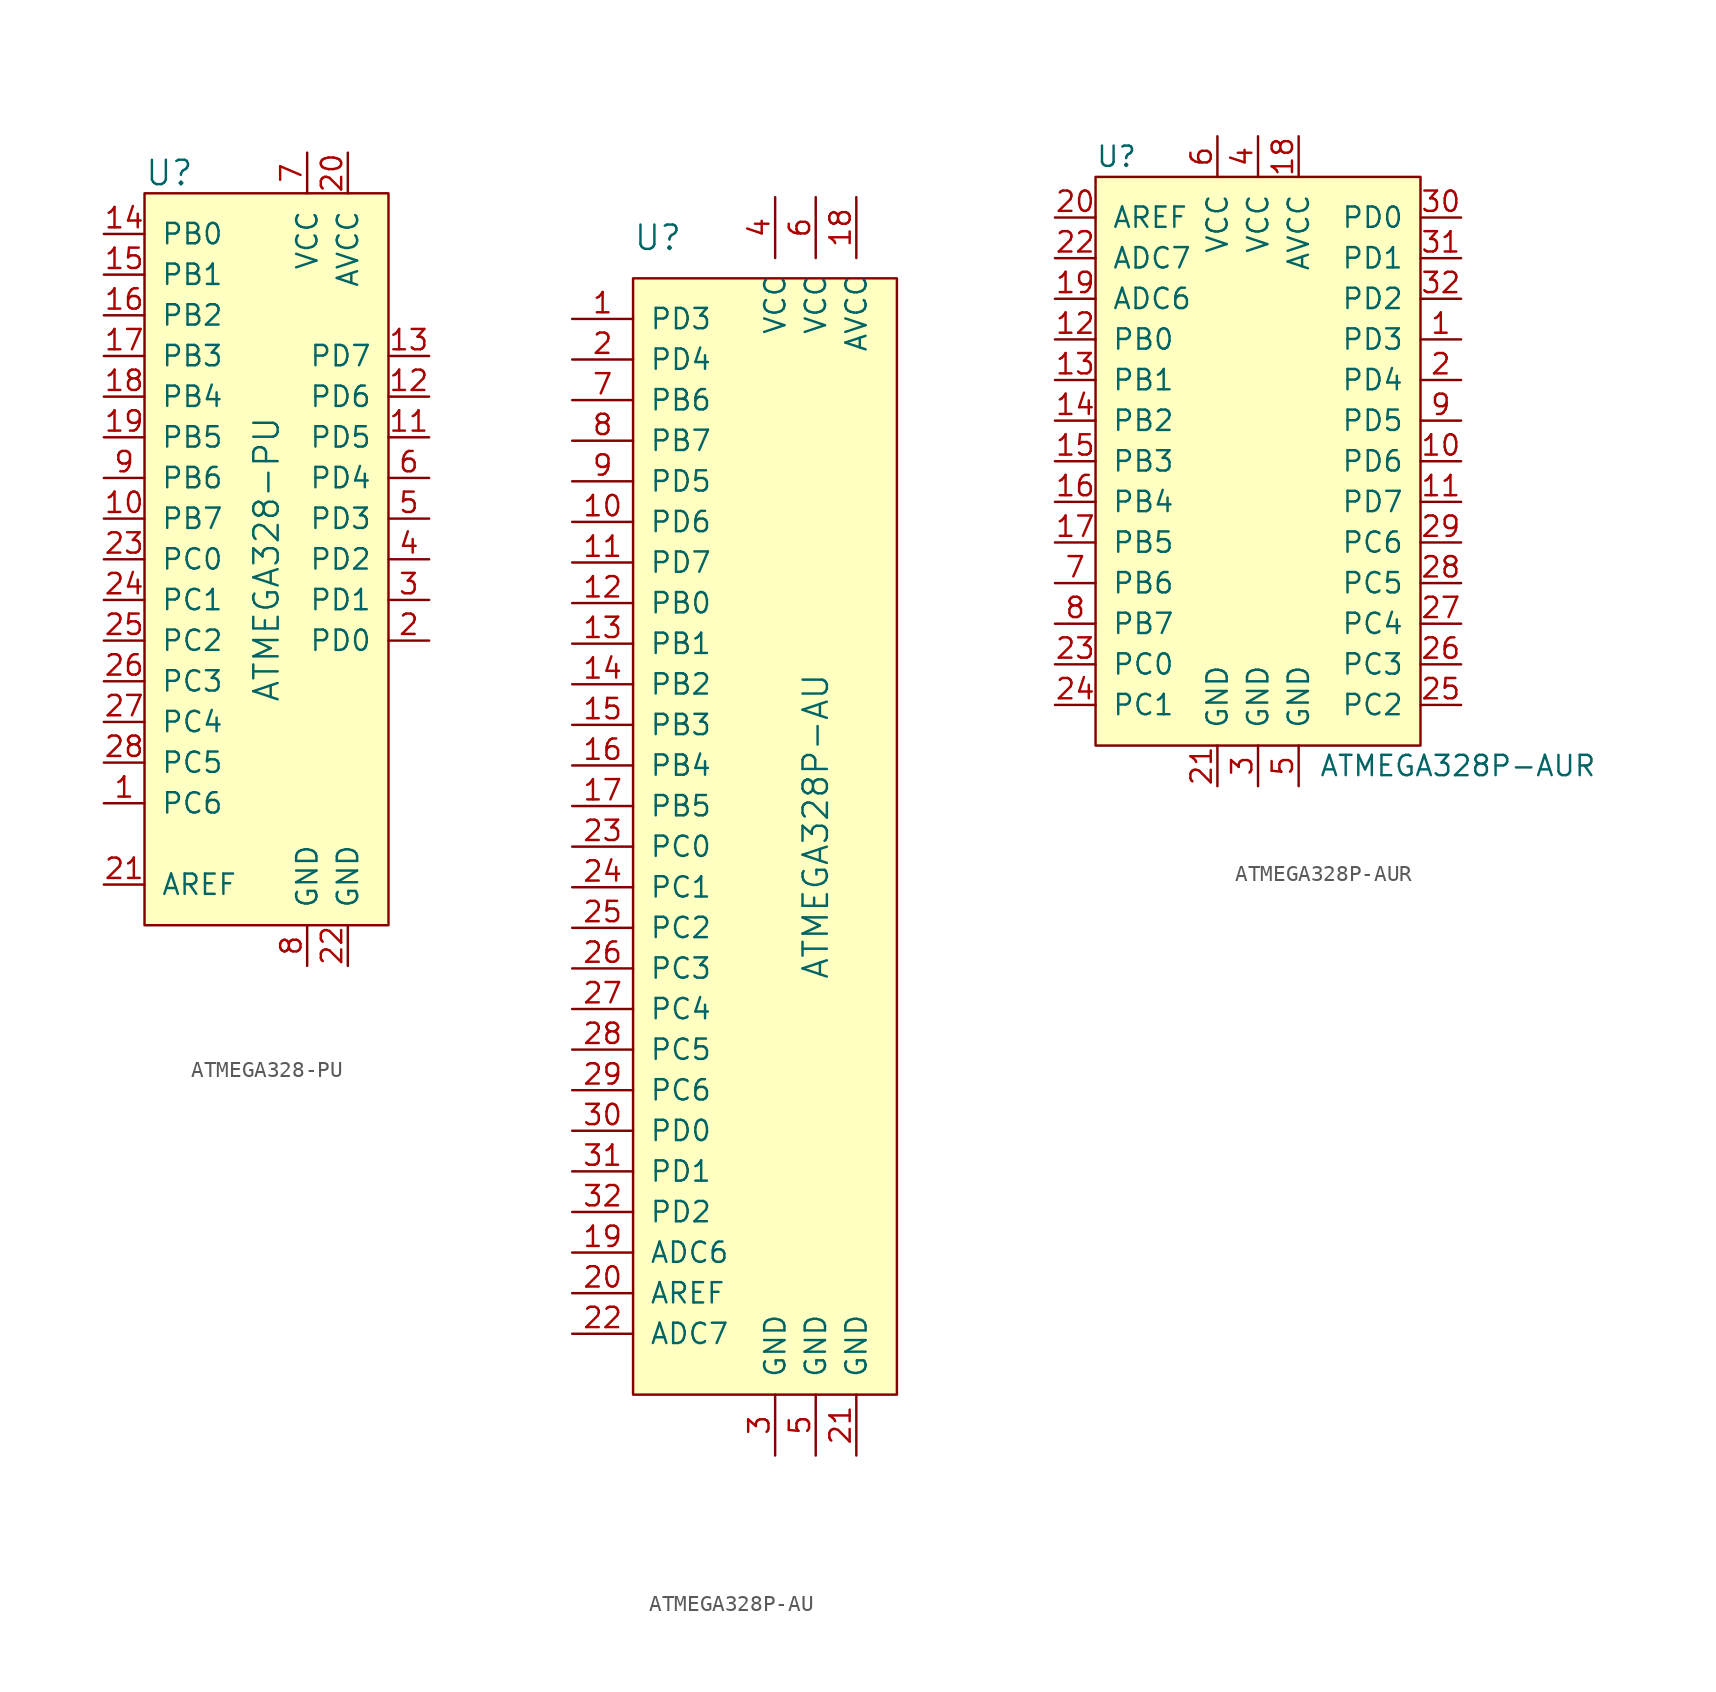
<source format=kicad_sym>
(kicad_symbol_lib
  (version 20211014)
  (generator kicad_symbol_editor)
  (symbol "ATMEGA328-PU"
    (pin_names
      (offset 1.016))
    (property "Reference" "U"
      (at -10.16 29.21 0)
      (effects (font (size 1.524 1.524)) (justify left)))
    (property "Value" "ATMEGA328-PU"
      (at -2.54 5.08 90)
      (effects (font (size 1.524 1.524))))
    (symbol "ATMEGA328-PU_0_1"
      (rectangle (start -10.16 27.94) (end 5.08 -17.78) (stroke (width 0) (type default) (color 0 0 0 0)) (fill (type background))))
    (symbol "ATMEGA328-PU_1_1"
      (pin bidirectional line (at -12.7 -10.16 0) (length 2.54) (name "PC6" (effects (font (size 1.27 1.27)))) (number "1" (effects (font (size 1.27 1.27)))))
      (pin bidirectional line (at -12.7 7.62 0) (length 2.54) (name "PB7" (effects (font (size 1.27 1.27)))) (number "10" (effects (font (size 1.27 1.27)))))
      (pin bidirectional line (at 7.62 12.7 180) (length 2.54) (name "PD5" (effects (font (size 1.27 1.27)))) (number "11" (effects (font (size 1.27 1.27)))))
      (pin bidirectional line (at 7.62 15.24 180) (length 2.54) (name "PD6" (effects (font (size 1.27 1.27)))) (number "12" (effects (font (size 1.27 1.27)))))
      (pin bidirectional line (at 7.62 17.78 180) (length 2.54) (name "PD7" (effects (font (size 1.27 1.27)))) (number "13" (effects (font (size 1.27 1.27)))))
      (pin bidirectional line (at -12.7 25.4 0) (length 2.54) (name "PB0" (effects (font (size 1.27 1.27)))) (number "14" (effects (font (size 1.27 1.27)))))
      (pin bidirectional line (at -12.7 22.86 0) (length 2.54) (name "PB1" (effects (font (size 1.27 1.27)))) (number "15" (effects (font (size 1.27 1.27)))))
      (pin bidirectional line (at -12.7 20.32 0) (length 2.54) (name "PB2" (effects (font (size 1.27 1.27)))) (number "16" (effects (font (size 1.27 1.27)))))
      (pin bidirectional line (at -12.7 17.78 0) (length 2.54) (name "PB3" (effects (font (size 1.27 1.27)))) (number "17" (effects (font (size 1.27 1.27)))))
      (pin bidirectional line (at -12.7 15.24 0) (length 2.54) (name "PB4" (effects (font (size 1.27 1.27)))) (number "18" (effects (font (size 1.27 1.27)))))
      (pin bidirectional line (at -12.7 12.7 0) (length 2.54) (name "PB5" (effects (font (size 1.27 1.27)))) (number "19" (effects (font (size 1.27 1.27)))))
      (pin bidirectional line (at 7.62 0 180) (length 2.54) (name "PD0" (effects (font (size 1.27 1.27)))) (number "2" (effects (font (size 1.27 1.27)))))
      (pin power_in line (at 2.54 30.48 270) (length 2.54) (name "AVCC" (effects (font (size 1.27 1.27)))) (number "20" (effects (font (size 1.27 1.27)))))
      (pin input line (at -12.7 -15.24 0) (length 2.54) (name "AREF" (effects (font (size 1.27 1.27)))) (number "21" (effects (font (size 1.27 1.27)))))
      (pin power_in line (at 2.54 -20.32 90) (length 2.54) (name "GND" (effects (font (size 1.27 1.27)))) (number "22" (effects (font (size 1.27 1.27)))))
      (pin bidirectional line (at -12.7 5.08 0) (length 2.54) (name "PC0" (effects (font (size 1.27 1.27)))) (number "23" (effects (font (size 1.27 1.27)))))
      (pin bidirectional line (at -12.7 2.54 0) (length 2.54) (name "PC1" (effects (font (size 1.27 1.27)))) (number "24" (effects (font (size 1.27 1.27)))))
      (pin bidirectional line (at -12.7 0 0) (length 2.54) (name "PC2" (effects (font (size 1.27 1.27)))) (number "25" (effects (font (size 1.27 1.27)))))
      (pin bidirectional line (at -12.7 -2.54 0) (length 2.54) (name "PC3" (effects (font (size 1.27 1.27)))) (number "26" (effects (font (size 1.27 1.27)))))
      (pin bidirectional line (at -12.7 -5.08 0) (length 2.54) (name "PC4" (effects (font (size 1.27 1.27)))) (number "27" (effects (font (size 1.27 1.27)))))
      (pin bidirectional line (at -12.7 -7.62 0) (length 2.54) (name "PC5" (effects (font (size 1.27 1.27)))) (number "28" (effects (font (size 1.27 1.27)))))
      (pin bidirectional line (at 7.62 2.54 180) (length 2.54) (name "PD1" (effects (font (size 1.27 1.27)))) (number "3" (effects (font (size 1.27 1.27)))))
      (pin bidirectional line (at 7.62 5.08 180) (length 2.54) (name "PD2" (effects (font (size 1.27 1.27)))) (number "4" (effects (font (size 1.27 1.27)))))
      (pin bidirectional line (at 7.62 7.62 180) (length 2.54) (name "PD3" (effects (font (size 1.27 1.27)))) (number "5" (effects (font (size 1.27 1.27)))))
      (pin bidirectional line (at 7.62 10.16 180) (length 2.54) (name "PD4" (effects (font (size 1.27 1.27)))) (number "6" (effects (font (size 1.27 1.27)))))
      (pin power_in line (at 0 30.48 270) (length 2.54) (name "VCC" (effects (font (size 1.27 1.27)))) (number "7" (effects (font (size 1.27 1.27)))))
      (pin power_in line (at 0 -20.32 90) (length 2.54) (name "GND" (effects (font (size 1.27 1.27)))) (number "8" (effects (font (size 1.27 1.27)))))
      (pin bidirectional line (at -12.7 10.16 0) (length 2.54) (name "PB6" (effects (font (size 1.27 1.27)))) (number "9" (effects (font (size 1.27 1.27)))))))
  (symbol "ATMEGA328P-AU"
    (pin_names
      (offset 1.016))
    (property "Reference" "U"
      (at -8.89 38.1 0)
      (effects (font (size 1.524 1.524)) (justify left)))
    (property "Value" "ATMEGA328P-AU"
      (at 2.54 1.27 90)
      (effects (font (size 1.524 1.524))))
    (symbol "ATMEGA328P-AU_0_1"
      (rectangle (start -8.89 35.56) (end 7.62 -34.29) (stroke (width 0) (type default) (color 0 0 0 0)) (fill (type background))))
    (symbol "ATMEGA328P-AU_1_1"
      (pin bidirectional line (at -12.7 33.02 0) (length 3.81) (name "PD3" (effects (font (size 1.27 1.27)))) (number "1" (effects (font (size 1.27 1.27)))))
      (pin bidirectional line (at -12.7 20.32 0) (length 3.81) (name "PD6" (effects (font (size 1.27 1.27)))) (number "10" (effects (font (size 1.27 1.27)))))
      (pin bidirectional line (at -12.7 17.78 0) (length 3.81) (name "PD7" (effects (font (size 1.27 1.27)))) (number "11" (effects (font (size 1.27 1.27)))))
      (pin bidirectional line (at -12.7 15.24 0) (length 3.81) (name "PB0" (effects (font (size 1.27 1.27)))) (number "12" (effects (font (size 1.27 1.27)))))
      (pin bidirectional line (at -12.7 12.7 0) (length 3.81) (name "PB1" (effects (font (size 1.27 1.27)))) (number "13" (effects (font (size 1.27 1.27)))))
      (pin bidirectional line (at -12.7 10.16 0) (length 3.81) (name "PB2" (effects (font (size 1.27 1.27)))) (number "14" (effects (font (size 1.27 1.27)))))
      (pin bidirectional line (at -12.7 7.62 0) (length 3.81) (name "PB3" (effects (font (size 1.27 1.27)))) (number "15" (effects (font (size 1.27 1.27)))))
      (pin bidirectional line (at -12.7 5.08 0) (length 3.81) (name "PB4" (effects (font (size 1.27 1.27)))) (number "16" (effects (font (size 1.27 1.27)))))
      (pin bidirectional line (at -12.7 2.54 0) (length 3.81) (name "PB5" (effects (font (size 1.27 1.27)))) (number "17" (effects (font (size 1.27 1.27)))))
      (pin power_in line (at 5.08 40.64 270) (length 3.81) (name "AVCC" (effects (font (size 1.27 1.27)))) (number "18" (effects (font (size 1.27 1.27)))))
      (pin input line (at -12.7 -25.4 0) (length 3.81) (name "ADC6" (effects (font (size 1.27 1.27)))) (number "19" (effects (font (size 1.27 1.27)))))
      (pin bidirectional line (at -12.7 30.48 0) (length 3.81) (name "PD4" (effects (font (size 1.27 1.27)))) (number "2" (effects (font (size 1.27 1.27)))))
      (pin input line (at -12.7 -27.94 0) (length 3.81) (name "AREF" (effects (font (size 1.27 1.27)))) (number "20" (effects (font (size 1.27 1.27)))))
      (pin power_in line (at 5.08 -38.1 90) (length 3.81) (name "GND" (effects (font (size 1.27 1.27)))) (number "21" (effects (font (size 1.27 1.27)))))
      (pin input line (at -12.7 -30.48 0) (length 3.81) (name "ADC7" (effects (font (size 1.27 1.27)))) (number "22" (effects (font (size 1.27 1.27)))))
      (pin bidirectional line (at -12.7 0 0) (length 3.81) (name "PC0" (effects (font (size 1.27 1.27)))) (number "23" (effects (font (size 1.27 1.27)))))
      (pin bidirectional line (at -12.7 -2.54 0) (length 3.81) (name "PC1" (effects (font (size 1.27 1.27)))) (number "24" (effects (font (size 1.27 1.27)))))
      (pin bidirectional line (at -12.7 -5.08 0) (length 3.81) (name "PC2" (effects (font (size 1.27 1.27)))) (number "25" (effects (font (size 1.27 1.27)))))
      (pin bidirectional line (at -12.7 -7.62 0) (length 3.81) (name "PC3" (effects (font (size 1.27 1.27)))) (number "26" (effects (font (size 1.27 1.27)))))
      (pin bidirectional line (at -12.7 -10.16 0) (length 3.81) (name "PC4" (effects (font (size 1.27 1.27)))) (number "27" (effects (font (size 1.27 1.27)))))
      (pin bidirectional line (at -12.7 -12.7 0) (length 3.81) (name "PC5" (effects (font (size 1.27 1.27)))) (number "28" (effects (font (size 1.27 1.27)))))
      (pin bidirectional line (at -12.7 -15.24 0) (length 3.81) (name "PC6" (effects (font (size 1.27 1.27)))) (number "29" (effects (font (size 1.27 1.27)))))
      (pin power_in line (at 0 -38.1 90) (length 3.81) (name "GND" (effects (font (size 1.27 1.27)))) (number "3" (effects (font (size 1.27 1.27)))))
      (pin bidirectional line (at -12.7 -17.78 0) (length 3.81) (name "PD0" (effects (font (size 1.27 1.27)))) (number "30" (effects (font (size 1.27 1.27)))))
      (pin bidirectional line (at -12.7 -20.32 0) (length 3.81) (name "PD1" (effects (font (size 1.27 1.27)))) (number "31" (effects (font (size 1.27 1.27)))))
      (pin bidirectional line (at -12.7 -22.86 0) (length 3.81) (name "PD2" (effects (font (size 1.27 1.27)))) (number "32" (effects (font (size 1.27 1.27)))))
      (pin power_in line (at 0 40.64 270) (length 3.81) (name "VCC" (effects (font (size 1.27 1.27)))) (number "4" (effects (font (size 1.27 1.27)))))
      (pin power_in line (at 2.54 -38.1 90) (length 3.81) (name "GND" (effects (font (size 1.27 1.27)))) (number "5" (effects (font (size 1.27 1.27)))))
      (pin power_in line (at 2.54 40.64 270) (length 3.81) (name "VCC" (effects (font (size 1.27 1.27)))) (number "6" (effects (font (size 1.27 1.27)))))
      (pin bidirectional line (at -12.7 27.94 0) (length 3.81) (name "PB6" (effects (font (size 1.27 1.27)))) (number "7" (effects (font (size 1.27 1.27)))))
      (pin bidirectional line (at -12.7 25.4 0) (length 3.81) (name "PB7" (effects (font (size 1.27 1.27)))) (number "8" (effects (font (size 1.27 1.27)))))
      (pin bidirectional line (at -12.7 22.86 0) (length 3.81) (name "PD5" (effects (font (size 1.27 1.27)))) (number "9" (effects (font (size 1.27 1.27)))))))
  (symbol "ATMEGA328P-AUR"
    (pin_names
      (offset 1.016))
    (property "Reference" "U"
      (at -10.16 24.13 0)
      (effects (font (size 1.27 1.27)) (justify left)))
    (property "Value" "ATMEGA328P-AUR"
      (at 3.81 -13.97 0)
      (effects (font (size 1.27 1.27)) (justify left)))
    (symbol "ATMEGA328P-AUR_0_1"
      (rectangle (start -10.16 22.86) (end 10.16 -12.7) (stroke (width 0) (type default) (color 0 0 0 0)) (fill (type background))))
    (symbol "ATMEGA328P-AUR_1_1"
      (pin bidirectional line (at 12.7 12.7 180) (length 2.54) (name "PD3" (effects (font (size 1.27 1.27)))) (number "1" (effects (font (size 1.27 1.27)))))
      (pin bidirectional line (at 12.7 5.08 180) (length 2.54) (name "PD6" (effects (font (size 1.27 1.27)))) (number "10" (effects (font (size 1.27 1.27)))))
      (pin bidirectional line (at 12.7 2.54 180) (length 2.54) (name "PD7" (effects (font (size 1.27 1.27)))) (number "11" (effects (font (size 1.27 1.27)))))
      (pin bidirectional line (at -12.7 12.7 0) (length 2.54) (name "PB0" (effects (font (size 1.27 1.27)))) (number "12" (effects (font (size 1.27 1.27)))))
      (pin bidirectional line (at -12.7 10.16 0) (length 2.54) (name "PB1" (effects (font (size 1.27 1.27)))) (number "13" (effects (font (size 1.27 1.27)))))
      (pin bidirectional line (at -12.7 7.62 0) (length 2.54) (name "PB2" (effects (font (size 1.27 1.27)))) (number "14" (effects (font (size 1.27 1.27)))))
      (pin bidirectional line (at -12.7 5.08 0) (length 2.54) (name "PB3" (effects (font (size 1.27 1.27)))) (number "15" (effects (font (size 1.27 1.27)))))
      (pin bidirectional line (at -12.7 2.54 0) (length 2.54) (name "PB4" (effects (font (size 1.27 1.27)))) (number "16" (effects (font (size 1.27 1.27)))))
      (pin bidirectional line (at -12.7 0 0) (length 2.54) (name "PB5" (effects (font (size 1.27 1.27)))) (number "17" (effects (font (size 1.27 1.27)))))
      (pin power_in line (at 2.54 25.4 270) (length 2.54) (name "AVCC" (effects (font (size 1.27 1.27)))) (number "18" (effects (font (size 1.27 1.27)))))
      (pin input line (at -12.7 15.24 0) (length 2.54) (name "ADC6" (effects (font (size 1.27 1.27)))) (number "19" (effects (font (size 1.27 1.27)))))
      (pin bidirectional line (at 12.7 10.16 180) (length 2.54) (name "PD4" (effects (font (size 1.27 1.27)))) (number "2" (effects (font (size 1.27 1.27)))))
      (pin input line (at -12.7 20.32 0) (length 2.54) (name "AREF" (effects (font (size 1.27 1.27)))) (number "20" (effects (font (size 1.27 1.27)))))
      (pin power_in line (at -2.54 -15.24 90) (length 2.54) (name "GND" (effects (font (size 1.27 1.27)))) (number "21" (effects (font (size 1.27 1.27)))))
      (pin input line (at -12.7 17.78 0) (length 2.54) (name "ADC7" (effects (font (size 1.27 1.27)))) (number "22" (effects (font (size 1.27 1.27)))))
      (pin bidirectional line (at -12.7 -7.62 0) (length 2.54) (name "PC0" (effects (font (size 1.27 1.27)))) (number "23" (effects (font (size 1.27 1.27)))))
      (pin bidirectional line (at -12.7 -10.16 0) (length 2.54) (name "PC1" (effects (font (size 1.27 1.27)))) (number "24" (effects (font (size 1.27 1.27)))))
      (pin bidirectional line (at 12.7 -10.16 180) (length 2.54) (name "PC2" (effects (font (size 1.27 1.27)))) (number "25" (effects (font (size 1.27 1.27)))))
      (pin bidirectional line (at 12.7 -7.62 180) (length 2.54) (name "PC3" (effects (font (size 1.27 1.27)))) (number "26" (effects (font (size 1.27 1.27)))))
      (pin bidirectional line (at 12.7 -5.08 180) (length 2.54) (name "PC4" (effects (font (size 1.27 1.27)))) (number "27" (effects (font (size 1.27 1.27)))))
      (pin bidirectional line (at 12.7 -2.54 180) (length 2.54) (name "PC5" (effects (font (size 1.27 1.27)))) (number "28" (effects (font (size 1.27 1.27)))))
      (pin bidirectional line (at 12.7 0 180) (length 2.54) (name "PC6" (effects (font (size 1.27 1.27)))) (number "29" (effects (font (size 1.27 1.27)))))
      (pin power_in line (at 0 -15.24 90) (length 2.54) (name "GND" (effects (font (size 1.27 1.27)))) (number "3" (effects (font (size 1.27 1.27)))))
      (pin bidirectional line (at 12.7 20.32 180) (length 2.54) (name "PD0" (effects (font (size 1.27 1.27)))) (number "30" (effects (font (size 1.27 1.27)))))
      (pin bidirectional line (at 12.7 17.78 180) (length 2.54) (name "PD1" (effects (font (size 1.27 1.27)))) (number "31" (effects (font (size 1.27 1.27)))))
      (pin bidirectional line (at 12.7 15.24 180) (length 2.54) (name "PD2" (effects (font (size 1.27 1.27)))) (number "32" (effects (font (size 1.27 1.27)))))
      (pin power_in line (at 0 25.4 270) (length 2.54) (name "VCC" (effects (font (size 1.27 1.27)))) (number "4" (effects (font (size 1.27 1.27)))))
      (pin power_in line (at 2.54 -15.24 90) (length 2.54) (name "GND" (effects (font (size 1.27 1.27)))) (number "5" (effects (font (size 1.27 1.27)))))
      (pin power_in line (at -2.54 25.4 270) (length 2.54) (name "VCC" (effects (font (size 1.27 1.27)))) (number "6" (effects (font (size 1.27 1.27)))))
      (pin bidirectional line (at -12.7 -2.54 0) (length 2.54) (name "PB6" (effects (font (size 1.27 1.27)))) (number "7" (effects (font (size 1.27 1.27)))))
      (pin bidirectional line (at -12.7 -5.08 0) (length 2.54) (name "PB7" (effects (font (size 1.27 1.27)))) (number "8" (effects (font (size 1.27 1.27)))))
      (pin bidirectional line (at 12.7 7.62 180) (length 2.54) (name "PD5" (effects (font (size 1.27 1.27)))) (number "9" (effects (font (size 1.27 1.27))))))))
</source>
